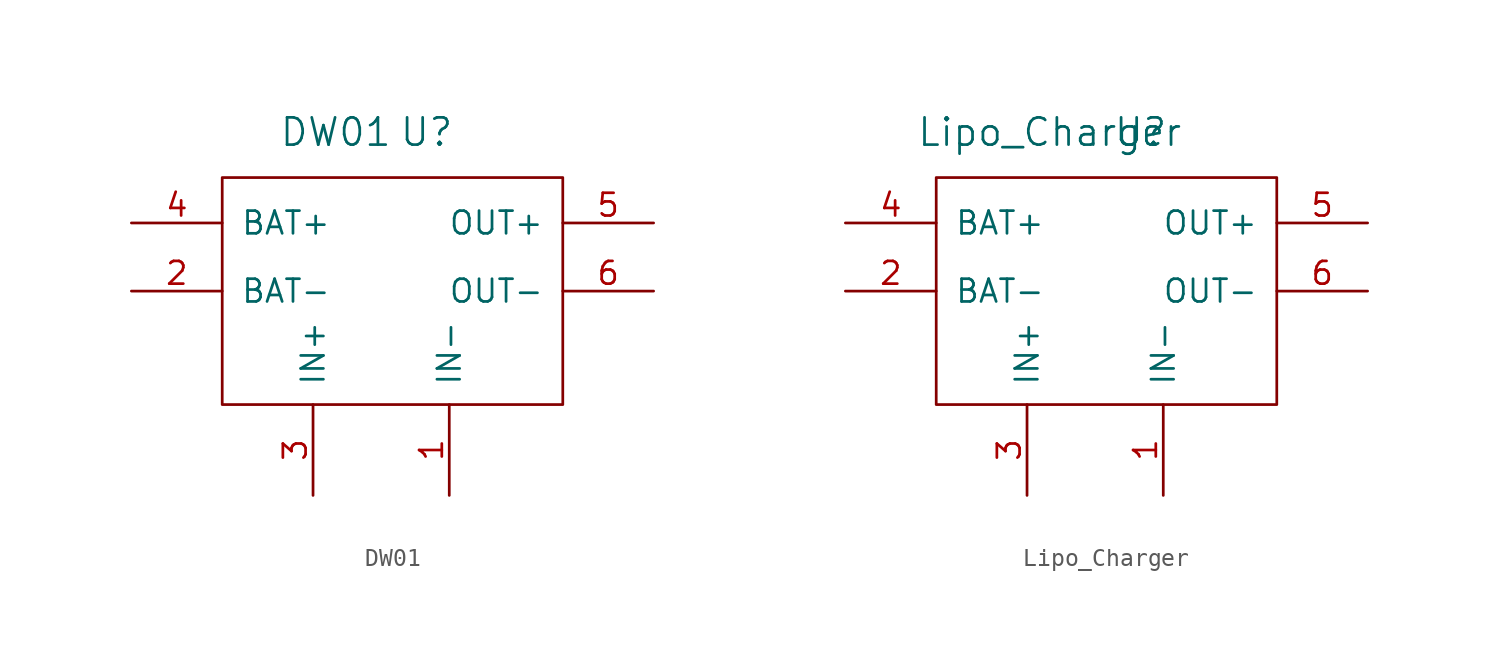
<source format=kicad_sym>
(kicad_symbol_lib
  (version 20200827)
  (generator kicad_symbol_editor)
  (symbol "dw01:DW01"
    (pin_names
      (offset 1.016))
    (property "Reference" "U"
      (at 2.54 8.89 0)
      (effects (font (size 1.524 1.524))))
    (property "Value" "DW01"
      (at -2.54 8.89 0)
      (effects (font (size 1.524 1.524))))
    (symbol "DW01_0_1"
      (rectangle (start -8.89 6.35) (end 10.16 -6.35) (stroke (width 0)) (fill (type none))))
    (symbol "DW01_1_1"
      (pin input line (at 3.81 -11.43 90) (length 5.08) (name "IN-" (effects (font (size 1.27 1.27)))) (number "1" (effects (font (size 1.27 1.27)))))
      (pin input line (at -13.97 0 0) (length 5.08) (name "BAT-" (effects (font (size 1.27 1.27)))) (number "2" (effects (font (size 1.27 1.27)))))
      (pin input line (at -3.81 -11.43 90) (length 5.08) (name "IN+" (effects (font (size 1.27 1.27)))) (number "3" (effects (font (size 1.27 1.27)))))
      (pin input line (at -13.97 3.81 0) (length 5.08) (name "BAT+" (effects (font (size 1.27 1.27)))) (number "4" (effects (font (size 1.27 1.27)))))
      (pin input line (at 15.24 3.81 180) (length 5.08) (name "OUT+" (effects (font (size 1.27 1.27)))) (number "5" (effects (font (size 1.27 1.27)))))
      (pin input line (at 15.24 0 180) (length 5.08) (name "OUT-" (effects (font (size 1.27 1.27)))) (number "6" (effects (font (size 1.27 1.27)))))))
  (symbol "dw01:Lipo_Charger"
    (pin_names
      (offset 1.016))
    (property "Reference" "U"
      (at 2.54 8.89 0)
      (effects (font (size 1.524 1.524))))
    (property "Value" "Lipo_Charger"
      (at -2.54 8.89 0)
      (effects (font (size 1.524 1.524))))
    (symbol "Lipo_Charger_0_1"
      (rectangle (start -8.89 6.35) (end 10.16 -6.35) (stroke (width 0)) (fill (type none))))
    (symbol "Lipo_Charger_1_1"
      (pin input line (at 3.81 -11.43 90) (length 5.08) (name "IN-" (effects (font (size 1.27 1.27)))) (number "1" (effects (font (size 1.27 1.27)))))
      (pin input line (at -13.97 0 0) (length 5.08) (name "BAT-" (effects (font (size 1.27 1.27)))) (number "2" (effects (font (size 1.27 1.27)))))
      (pin input line (at -3.81 -11.43 90) (length 5.08) (name "IN+" (effects (font (size 1.27 1.27)))) (number "3" (effects (font (size 1.27 1.27)))))
      (pin input line (at -13.97 3.81 0) (length 5.08) (name "BAT+" (effects (font (size 1.27 1.27)))) (number "4" (effects (font (size 1.27 1.27)))))
      (pin input line (at 15.24 3.81 180) (length 5.08) (name "OUT+" (effects (font (size 1.27 1.27)))) (number "5" (effects (font (size 1.27 1.27)))))
      (pin input line (at 15.24 0 180) (length 5.08) (name "OUT-" (effects (font (size 1.27 1.27)))) (number "6" (effects (font (size 1.27 1.27))))))))
</source>
